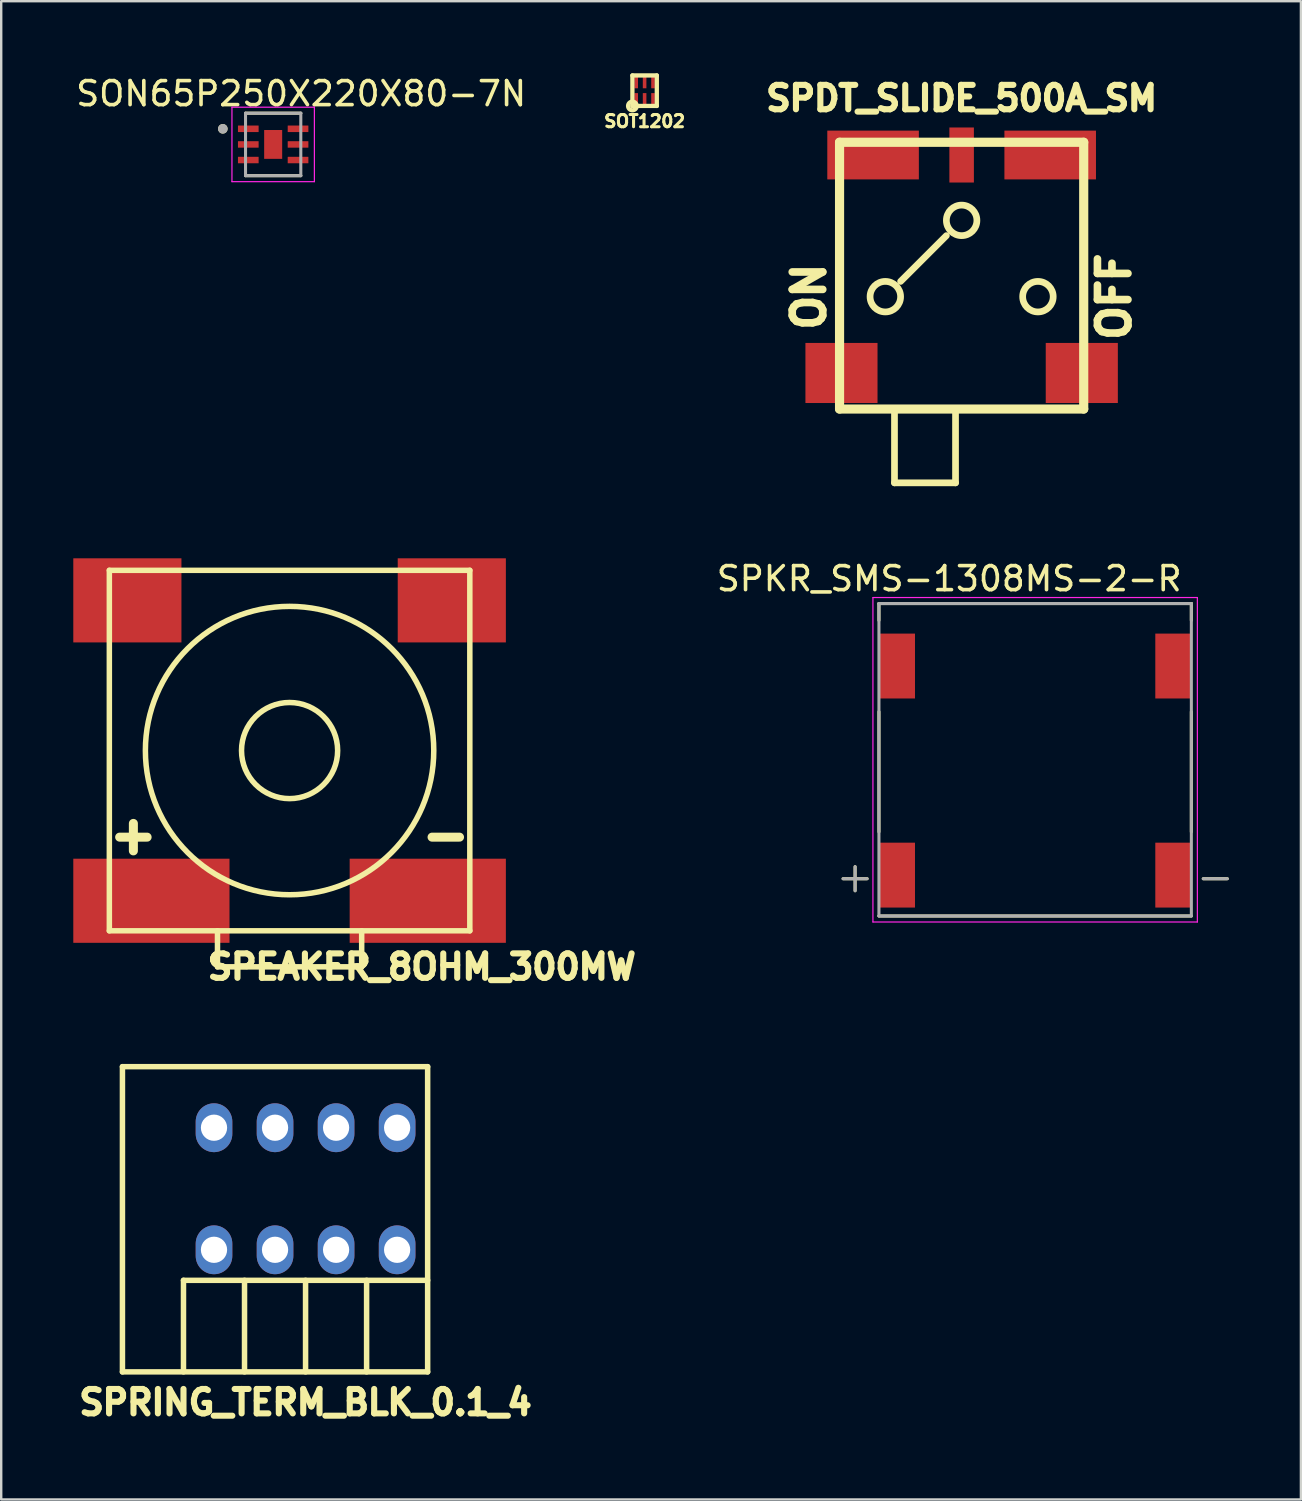
<source format=kicad_pcb>
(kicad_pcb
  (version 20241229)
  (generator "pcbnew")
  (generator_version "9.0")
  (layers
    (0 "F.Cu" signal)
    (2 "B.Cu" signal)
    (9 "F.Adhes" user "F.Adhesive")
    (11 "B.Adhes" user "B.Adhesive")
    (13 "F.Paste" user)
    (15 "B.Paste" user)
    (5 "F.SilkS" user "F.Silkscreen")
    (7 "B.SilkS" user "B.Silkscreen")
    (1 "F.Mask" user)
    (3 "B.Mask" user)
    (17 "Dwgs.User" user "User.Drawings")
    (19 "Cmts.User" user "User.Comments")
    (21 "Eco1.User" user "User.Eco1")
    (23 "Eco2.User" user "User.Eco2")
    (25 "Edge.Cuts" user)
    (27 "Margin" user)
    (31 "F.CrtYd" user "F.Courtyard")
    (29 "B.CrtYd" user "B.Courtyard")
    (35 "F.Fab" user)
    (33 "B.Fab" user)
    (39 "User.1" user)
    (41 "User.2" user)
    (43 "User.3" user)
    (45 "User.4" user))
  (footprint "SON65P250X220X80-7N"
    (layer "F.Cu")
    (at 8.317 2.96)
    (property "Reference" "SON65P250X220X80-7N" (at 1.165 -2.112 0) (layer "F.SilkS") (effects (font (size 1 1) (thickness 0.15))))
    (attr smd)
    (fp_line (start -1.15 -1.3) (end 1.15 -1.3) (stroke (width 0.127) (type solid)) (layer "F.SilkS"))
    (fp_line (start -1.15 1.3) (end 1.15 1.3) (stroke (width 0.127) (type solid)) (layer "F.SilkS"))
    (fp_circle (center -2.095 -0.65) (end -1.995 -0.65) (stroke (width 0.2) (type solid)) (fill no) (layer "F.SilkS"))
    (fp_poly (pts (xy -0.24 -0.38) (xy 0.24 -0.38) (xy 0.24 0.38) (xy -0.24 0.38)) (stroke (width 0.01) (type solid)) (fill yes) (layer "F.Paste"))
    (fp_line (start -1.715 -1.55) (end -1.715 1.55) (stroke (width 0.05) (type solid)) (layer "F.CrtYd"))
    (fp_line (start -1.715 -1.55) (end 1.715 -1.55) (stroke (width 0.05) (type solid)) (layer "F.CrtYd"))
    (fp_line (start -1.715 1.55) (end 1.715 1.55) (stroke (width 0.05) (type solid)) (layer "F.CrtYd"))
    (fp_line (start 1.715 -1.55) (end 1.715 1.55) (stroke (width 0.05) (type solid)) (layer "F.CrtYd"))
    (fp_line (start -1.15 -1.3) (end -1.15 1.3) (stroke (width 0.127) (type solid)) (layer "F.Fab"))
    (fp_line (start -1.15 -1.3) (end 1.15 -1.3) (stroke (width 0.127) (type solid)) (layer "F.Fab"))
    (fp_line (start -1.15 1.3) (end 1.15 1.3) (stroke (width 0.127) (type solid)) (layer "F.Fab"))
    (fp_line (start 1.15 -1.3) (end 1.15 1.3) (stroke (width 0.127) (type solid)) (layer "F.Fab"))
    (fp_circle (center -2.095 -0.65) (end -1.995 -0.65) (stroke (width 0.2) (type solid)) (fill no) (layer "F.Fab"))
    (pad "1" smd roundrect (at -1.035 -0.65) (size 0.86 0.27) (layers "F.Cu" "F.Mask" "F.Paste") (roundrect_rratio 0.03))
    (pad "2" smd roundrect (at -1.035 0) (size 0.86 0.27) (layers "F.Cu" "F.Mask" "F.Paste") (roundrect_rratio 0.03))
    (pad "3" smd roundrect (at -1.035 0.65) (size 0.86 0.27) (layers "F.Cu" "F.Mask" "F.Paste") (roundrect_rratio 0.03))
    (pad "4" smd roundrect (at 1.035 0.65) (size 0.86 0.27) (layers "F.Cu" "F.Mask" "F.Paste") (roundrect_rratio 0.03))
    (pad "5" smd roundrect (at 1.035 0) (size 0.86 0.27) (layers "F.Cu" "F.Mask" "F.Paste") (roundrect_rratio 0.03))
    (pad "6" smd roundrect (at 1.035 -0.65) (size 0.86 0.27) (layers "F.Cu" "F.Mask" "F.Paste") (roundrect_rratio 0.03))
    (pad "7" smd rect (at 0 0) (size 0.75 1.2) (layers "F.Cu" "F.Mask")))
  (footprint "SPDT_SLIDE_500A_SM"
    (layer "F.Cu")
    (at 36.965 12.47)
    (property "Reference" "SPDT_SLIDE_500A_SM" (at 0 -11.43 180) (layer "F.SilkS") (effects (font (size 1.016 1.016) (thickness 0.254))))
    (attr through_hole)
    (fp_line (start -5.08 -9.6) (end -5.08 1.5) (stroke (width 0.381) (type solid)) (layer "F.SilkS"))
    (fp_line (start -2.794 1.524) (end -2.794 4.572) (stroke (width 0.279) (type solid)) (layer "F.SilkS"))
    (fp_line (start -2.794 4.572) (end -0.254 4.572) (stroke (width 0.279) (type solid)) (layer "F.SilkS"))
    (fp_line (start -2.54 -3.81) (end -0.635 -5.715) (stroke (width 0.279) (type solid)) (layer "F.SilkS"))
    (fp_line (start -0.254 4.572) (end -0.254 1.524) (stroke (width 0.279) (type solid)) (layer "F.SilkS"))
    (fp_line (start 5.08 -9.6) (end -5.08 -9.6) (stroke (width 0.381) (type solid)) (layer "F.SilkS"))
    (fp_line (start 5.08 -9.6) (end 5.08 1.5) (stroke (width 0.381) (type solid)) (layer "F.SilkS"))
    (fp_line (start 5.08 1.5) (end -5.08 1.5) (stroke (width 0.381) (type solid)) (layer "F.SilkS"))
    (fp_circle (center -3.175 -3.175) (end -3.175 -3.81) (stroke (width 0.279) (type solid)) (fill no) (layer "F.SilkS"))
    (fp_circle (center 0 -6.35) (end 0 -6.985) (stroke (width 0.279) (type solid)) (fill no) (layer "F.SilkS"))
    (fp_circle (center 3.175 -3.175) (end 3.175 -3.81) (stroke (width 0.279) (type solid)) (fill no) (layer "F.SilkS"))
    (fp_text user "OFF" (at 6.35 -3.175 90) (layer "F.SilkS") (effects (font (size 1.27 1.27) (thickness 0.318))))
    (fp_text user "ON" (at -6.35 -3.175 90) (layer "F.SilkS") (effects (font (size 1.27 1.27) (thickness 0.318))))
    (pad "" smd rect (at -5 0) (size 3 2.5) (layers "F.Cu" "F.Mask" "F.Paste"))
    (pad "" smd rect (at 5 0) (size 3 2.5) (layers "F.Cu" "F.Mask" "F.Paste"))
    (pad "1" smd rect (at -3.685 -9.07) (size 3.81 2.03) (layers "F.Cu" "F.Mask" "F.Paste"))
    (pad "2" smd rect (at 0 -9.07) (size 1.02 2.29) (layers "F.Cu" "F.Mask" "F.Paste"))
    (pad "3" smd rect (at 3.685 -9.07) (size 3.81 2.03) (layers "F.Cu" "F.Mask" "F.Paste")))
  (footprint "SPEAKER_8OHM_300MW"
    (layer "F.Cu")
    (at 9 28.182)
    (property "Reference" "SPEAKER_8OHM_300MW" (at 5.5 9 0) (layer "F.SilkS") (effects (font (size 1.016 1.016) (thickness 0.254))))
    (attr through_hole)
    (fp_line (start -7.5 -7.5) (end 7.5 -7.5) (stroke (width 0.229) (type solid)) (layer "F.SilkS"))
    (fp_line (start -7.5 7.5) (end -7.5 -7.5) (stroke (width 0.229) (type solid)) (layer "F.SilkS"))
    (fp_line (start -3 7.5) (end -3 9) (stroke (width 0.229) (type solid)) (layer "F.SilkS"))
    (fp_line (start -3 9) (end 3 9) (stroke (width 0.229) (type solid)) (layer "F.SilkS"))
    (fp_line (start 3 9) (end 3 7.5) (stroke (width 0.229) (type solid)) (layer "F.SilkS"))
    (fp_line (start 7.5 -7.5) (end 7.5 7.5) (stroke (width 0.229) (type solid)) (layer "F.SilkS"))
    (fp_line (start 7.5 7.5) (end -7.5 7.5) (stroke (width 0.229) (type solid)) (layer "F.SilkS"))
    (fp_circle (center 0 0) (end 2 0) (stroke (width 0.229) (type solid)) (fill no) (layer "F.SilkS"))
    (fp_circle (center 0 0) (end 6 0) (stroke (width 0.229) (type solid)) (fill no) (layer "F.SilkS"))
    (fp_text user "+" (at -6.5 3.5 0) (layer "F.SilkS") (effects (font (size 1.5 1.5) (thickness 0.375))))
    (fp_text user "-" (at 6.5 3.5 0) (layer "F.SilkS") (effects (font (size 1.5 1.5) (thickness 0.375))))
    (pad "" smd rect (at -6.75 -6.25) (size 4.5 3.5) (layers "F.Cu" "F.Mask" "F.Paste"))
    (pad "" smd rect (at 6.75 -6.25) (size 4.5 3.5) (layers "F.Cu" "F.Mask" "F.Paste"))
    (pad "1" smd rect (at -5.75 6.25) (size 6.5 3.5) (layers "F.Cu" "F.Mask" "F.Paste"))
    (pad "2" smd rect (at 5.75 6.25) (size 6.5 3.5) (layers "F.Cu" "F.Mask" "F.Paste")))
  (footprint "SPRING_TERM_BLK_0.1_4"
    (layer "F.Cu")
    (at 9.665 46.416)
    (property "Reference" "SPRING_TERM_BLK_0.1_4" (at 0 8.89 0) (layer "F.SilkS") (effects (font (size 1.016 1.016) (thickness 0.254))))
    (attr through_hole)
    (fp_line (start -7.62 -5.08) (end -7.62 7.62) (stroke (width 0.229) (type solid)) (layer "F.SilkS"))
    (fp_line (start -7.62 7.62) (end 5.08 7.62) (stroke (width 0.229) (type solid)) (layer "F.SilkS"))
    (fp_line (start -5.08 3.81) (end -5.08 7.62) (stroke (width 0.229) (type solid)) (layer "F.SilkS"))
    (fp_line (start -2.54 3.81) (end -2.54 7.62) (stroke (width 0.229) (type solid)) (layer "F.SilkS"))
    (fp_line (start 0 3.81) (end 0 7.62) (stroke (width 0.229) (type solid)) (layer "F.SilkS"))
    (fp_line (start 2.54 3.81) (end 2.54 7.62) (stroke (width 0.229) (type solid)) (layer "F.SilkS"))
    (fp_line (start 5.08 -5.08) (end -7.62 -5.08) (stroke (width 0.229) (type solid)) (layer "F.SilkS"))
    (fp_line (start 5.08 3.81) (end -5.08 3.81) (stroke (width 0.229) (type solid)) (layer "F.SilkS"))
    (fp_line (start 5.08 7.62) (end 5.08 -5.08) (stroke (width 0.229) (type solid)) (layer "F.SilkS"))
    (pad "1" thru_hole oval (at 3.81 -2.54) (size 1.524 2.032) (drill 1.092) (layers "*.Cu" "*.Mask"))
    (pad "1" thru_hole oval (at 3.81 2.54) (size 1.524 2.032) (drill 1.092) (layers "*.Cu" "*.Mask"))
    (pad "2" thru_hole oval (at 1.27 -2.54) (size 1.524 2.032) (drill 1.092) (layers "*.Cu" "*.Mask"))
    (pad "2" thru_hole oval (at 1.27 2.54) (size 1.524 2.032) (drill 1.092) (layers "*.Cu" "*.Mask"))
    (pad "3" thru_hole oval (at -1.27 -2.54) (size 1.524 2.032) (drill 1.092) (layers "*.Cu" "*.Mask"))
    (pad "3" thru_hole oval (at -1.27 2.54) (size 1.524 2.032) (drill 1.092) (layers "*.Cu" "*.Mask"))
    (pad "4" thru_hole oval (at -3.81 -2.54) (size 1.524 2.032) (drill 1.092) (layers "*.Cu" "*.Mask"))
    (pad "4" thru_hole oval (at -3.81 2.54) (size 1.524 2.032) (drill 1.092) (layers "*.Cu" "*.Mask")))
  (footprint "SPKR_SMS-1308MS-2-R"
    (layer "F.Cu")
    (at 40.024 28.565)
    (property "Reference" "SPKR_SMS-1308MS-2-R" (at -3.575 -7.535 0) (layer "F.SilkS") (effects (font (size 1 1) (thickness 0.15))))
    (attr smd)
    (fp_line (start -7.992 4.95) (end -6.992 4.95) (stroke (width 0.127) (type solid)) (layer "F.SilkS"))
    (fp_line (start -7.492 4.45) (end -7.492 5.45) (stroke (width 0.127) (type solid)) (layer "F.SilkS"))
    (fp_line (start -6.5 -6.5) (end 6.5 -6.5) (stroke (width 0.127) (type solid)) (layer "F.SilkS"))
    (fp_line (start -6.5 -5.8) (end -6.5 -6.5) (stroke (width 0.127) (type solid)) (layer "F.SilkS"))
    (fp_line (start -6.5 3) (end -6.5 -2) (stroke (width 0.127) (type solid)) (layer "F.SilkS"))
    (fp_line (start 6.5 -6.5) (end 6.5 -5.8) (stroke (width 0.127) (type solid)) (layer "F.SilkS"))
    (fp_line (start 6.5 3) (end 6.5 -2) (stroke (width 0.127) (type solid)) (layer "F.SilkS"))
    (fp_line (start 6.5 6.5) (end -6.5 6.5) (stroke (width 0.127) (type solid)) (layer "F.SilkS"))
    (fp_line (start 6.996 4.95) (end 7.996 4.95) (stroke (width 0.127) (type solid)) (layer "F.SilkS"))
    (fp_line (start -6.75 -6.75) (end 6.75 -6.75) (stroke (width 0.05) (type solid)) (layer "F.CrtYd"))
    (fp_line (start -6.75 6.75) (end -6.75 -6.75) (stroke (width 0.05) (type solid)) (layer "F.CrtYd"))
    (fp_line (start 6.75 -6.75) (end 6.75 6.75) (stroke (width 0.05) (type solid)) (layer "F.CrtYd"))
    (fp_line (start 6.75 6.75) (end -6.75 6.75) (stroke (width 0.05) (type solid)) (layer "F.CrtYd"))
    (fp_line (start -7.992 4.95) (end -6.992 4.95) (stroke (width 0.127) (type solid)) (layer "F.Fab"))
    (fp_line (start -7.492 4.45) (end -7.492 5.45) (stroke (width 0.127) (type solid)) (layer "F.Fab"))
    (fp_line (start -6.5 -6.5) (end 6.5 -6.5) (stroke (width 0.127) (type solid)) (layer "F.Fab"))
    (fp_line (start -6.5 6.5) (end -6.5 -6.5) (stroke (width 0.127) (type solid)) (layer "F.Fab"))
    (fp_line (start 6.5 -6.5) (end 6.5 6.5) (stroke (width 0.127) (type solid)) (layer "F.Fab"))
    (fp_line (start 6.5 6.5) (end -6.5 6.5) (stroke (width 0.127) (type solid)) (layer "F.Fab"))
    (fp_line (start 6.996 4.95) (end 7.996 4.95) (stroke (width 0.127) (type solid)) (layer "F.Fab"))
    (pad "1" smd rect (at -5.75 -3.9) (size 1.5 2.7) (layers "F.Cu" "F.Mask" "F.Paste"))
    (pad "4" smd rect (at 5.75 -3.9) (size 1.5 2.7) (layers "F.Cu" "F.Mask" "F.Paste"))
    (pad "LEAD+" smd rect (at -5.75 4.8) (size 1.5 2.7) (layers "F.Cu" "F.Mask" "F.Paste"))
    (pad "LEAD-" smd rect (at 5.75 4.8) (size 1.5 2.7) (layers "F.Cu" "F.Mask" "F.Paste")))
  (footprint "SOT1202"
    (layer "F.Cu")
    (at 23.773 0.724)
    (property "Reference" "SOT1202" (at 0 1.27 180) (layer "F.SilkS") (effects (font (size 0.508 0.508) (thickness 0.127))))
    (property "Value" "${VALUE}" (at 0 -1.27 180) (layer "F.Fab") (hide yes) (effects (font (size 0.508 0.508) (thickness 0.127))))
    (attr through_hole)
    (fp_line (start -0.508 0.635) (end -0.508 -0.635) (stroke (width 0.178) (type solid)) (layer "F.SilkS"))
    (fp_line (start -0.508 0.635) (end 0.508 0.635) (stroke (width 0.178) (type solid)) (layer "F.SilkS"))
    (fp_line (start 0.508 -0.635) (end -0.508 -0.635) (stroke (width 0.178) (type solid)) (layer "F.SilkS"))
    (fp_line (start 0.508 0.635) (end 0.508 -0.635) (stroke (width 0.178) (type solid)) (layer "F.SilkS"))
    (fp_circle (center -0.508 0.635) (end -0.328 0.635) (stroke (width 0.178) (type solid)) (fill no) (layer "F.SilkS"))
    (pad "1" smd rect (at -0.35 0.35) (size 0.15 0.5) (layers "F.Cu" "F.Mask" "F.Paste"))
    (pad "2" smd rect (at 0 0.35) (size 0.15 0.5) (layers "F.Cu" "F.Mask" "F.Paste"))
    (pad "3" smd rect (at 0.35 0.35) (size 0.15 0.5) (layers "F.Cu" "F.Mask" "F.Paste"))
    (pad "4" smd rect (at 0.35 -0.35) (size 0.15 0.5) (layers "F.Cu" "F.Mask" "F.Paste"))
    (pad "5" smd rect (at 0 -0.35) (size 0.15 0.5) (layers "F.Cu" "F.Mask" "F.Paste"))
    (pad "6" smd rect (at -0.35 -0.35) (size 0.15 0.5) (layers "F.Cu" "F.Mask" "F.Paste")))
  (gr_rect
    (start -3 -3)
    (end 51.083 59.346)
    (stroke (width 0.1) (type default))
    (fill no)
    (layer "Edge.Cuts")))
</source>
